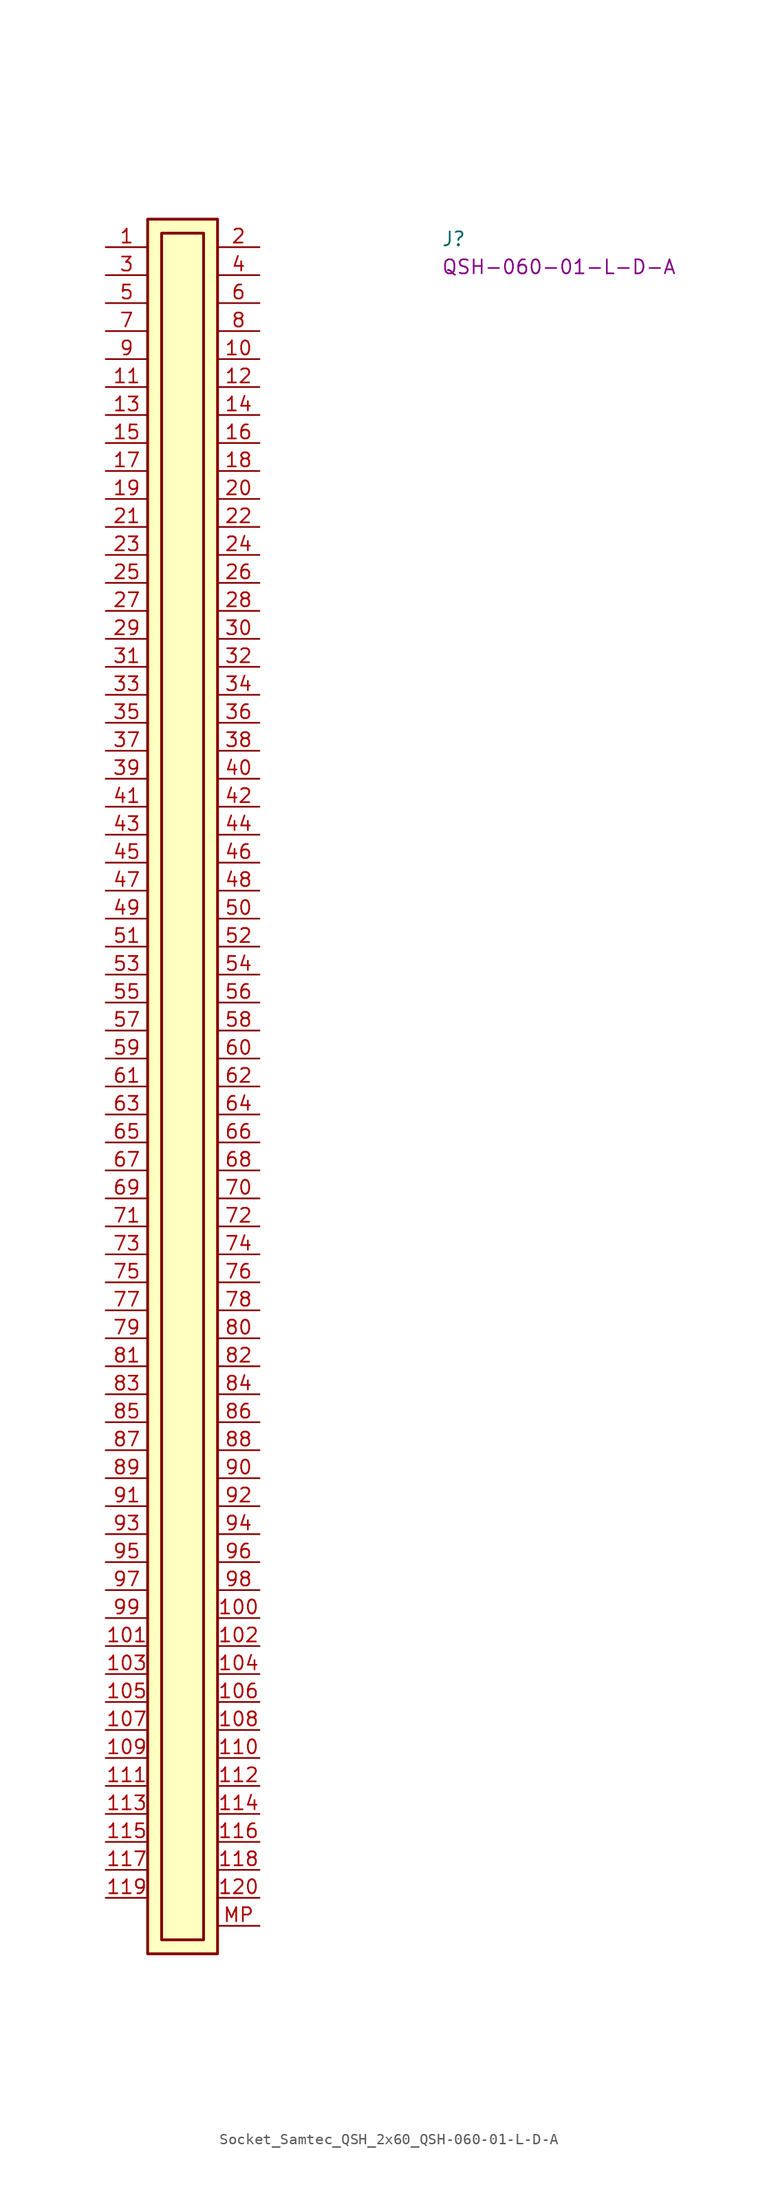
<source format=kicad_sym>
(kicad_symbol_lib
  (version 20220914)
  (generator kicad_symbol_editor)
  (symbol "Socket_Samtec_QSH_2x60_QSH-060-01-L-D-A"
    (pin_names hide)
    (property "Reference" "J"
      (at 30.48 0 0)
      (effects (font (size 1.27 1.27) (thickness 0.15)) (justify left bottom)))
    (property "MPN" "QSH-060-01-L-D-A"
      (at 30.48 -2.54 0)
      (effects (font (size 1.27 1.27) (thickness 0.15)) (justify left bottom)))
    (symbol "Socket_Samtec_QSH_2x60_QSH-060-01-L-D-A_1_1"
      (rectangle (start 3.81 2.54) (end 10.16 -154.94) (stroke (width 0.254) (type default)) (fill (type background)))
      (rectangle (start 5.08 1.27) (end 8.89 -153.67) (stroke (width 0.254) (type default)) (fill (type background)))
      (pin passive line (at 0 0 0) (length 3.81) (name "~" (effects (font (size 1.27 1.27)))) (number "1" (effects (font (size 1.27 1.27)))))
      (pin passive line (at 13.97 -10.16 180) (length 3.81) (name "~" (effects (font (size 1.27 1.27)))) (number "10" (effects (font (size 1.27 1.27)))))
      (pin passive line (at 13.97 -124.46 180) (length 3.81) (name "~" (effects (font (size 1.27 1.27)))) (number "100" (effects (font (size 1.27 1.27)))))
      (pin passive line (at 0 -127 0) (length 3.81) (name "~" (effects (font (size 1.27 1.27)))) (number "101" (effects (font (size 1.27 1.27)))))
      (pin passive line (at 13.97 -127 180) (length 3.81) (name "~" (effects (font (size 1.27 1.27)))) (number "102" (effects (font (size 1.27 1.27)))))
      (pin passive line (at 0 -129.54 0) (length 3.81) (name "~" (effects (font (size 1.27 1.27)))) (number "103" (effects (font (size 1.27 1.27)))))
      (pin passive line (at 13.97 -129.54 180) (length 3.81) (name "~" (effects (font (size 1.27 1.27)))) (number "104" (effects (font (size 1.27 1.27)))))
      (pin passive line (at 0 -132.08 0) (length 3.81) (name "~" (effects (font (size 1.27 1.27)))) (number "105" (effects (font (size 1.27 1.27)))))
      (pin passive line (at 13.97 -132.08 180) (length 3.81) (name "~" (effects (font (size 1.27 1.27)))) (number "106" (effects (font (size 1.27 1.27)))))
      (pin passive line (at 0 -134.62 0) (length 3.81) (name "~" (effects (font (size 1.27 1.27)))) (number "107" (effects (font (size 1.27 1.27)))))
      (pin passive line (at 13.97 -134.62 180) (length 3.81) (name "~" (effects (font (size 1.27 1.27)))) (number "108" (effects (font (size 1.27 1.27)))))
      (pin passive line (at 0 -137.16 0) (length 3.81) (name "~" (effects (font (size 1.27 1.27)))) (number "109" (effects (font (size 1.27 1.27)))))
      (pin passive line (at 0 -12.7 0) (length 3.81) (name "~" (effects (font (size 1.27 1.27)))) (number "11" (effects (font (size 1.27 1.27)))))
      (pin passive line (at 13.97 -137.16 180) (length 3.81) (name "~" (effects (font (size 1.27 1.27)))) (number "110" (effects (font (size 1.27 1.27)))))
      (pin passive line (at 0 -139.7 0) (length 3.81) (name "~" (effects (font (size 1.27 1.27)))) (number "111" (effects (font (size 1.27 1.27)))))
      (pin passive line (at 13.97 -139.7 180) (length 3.81) (name "~" (effects (font (size 1.27 1.27)))) (number "112" (effects (font (size 1.27 1.27)))))
      (pin passive line (at 0 -142.24 0) (length 3.81) (name "~" (effects (font (size 1.27 1.27)))) (number "113" (effects (font (size 1.27 1.27)))))
      (pin passive line (at 13.97 -142.24 180) (length 3.81) (name "~" (effects (font (size 1.27 1.27)))) (number "114" (effects (font (size 1.27 1.27)))))
      (pin passive line (at 0 -144.78 0) (length 3.81) (name "~" (effects (font (size 1.27 1.27)))) (number "115" (effects (font (size 1.27 1.27)))))
      (pin passive line (at 13.97 -144.78 180) (length 3.81) (name "~" (effects (font (size 1.27 1.27)))) (number "116" (effects (font (size 1.27 1.27)))))
      (pin passive line (at 0 -147.32 0) (length 3.81) (name "~" (effects (font (size 1.27 1.27)))) (number "117" (effects (font (size 1.27 1.27)))))
      (pin passive line (at 13.97 -147.32 180) (length 3.81) (name "~" (effects (font (size 1.27 1.27)))) (number "118" (effects (font (size 1.27 1.27)))))
      (pin passive line (at 0 -149.86 0) (length 3.81) (name "~" (effects (font (size 1.27 1.27)))) (number "119" (effects (font (size 1.27 1.27)))))
      (pin passive line (at 13.97 -12.7 180) (length 3.81) (name "~" (effects (font (size 1.27 1.27)))) (number "12" (effects (font (size 1.27 1.27)))))
      (pin passive line (at 13.97 -149.86 180) (length 3.81) (name "~" (effects (font (size 1.27 1.27)))) (number "120" (effects (font (size 1.27 1.27)))))
      (pin passive line (at 0 -15.24 0) (length 3.81) (name "~" (effects (font (size 1.27 1.27)))) (number "13" (effects (font (size 1.27 1.27)))))
      (pin passive line (at 13.97 -15.24 180) (length 3.81) (name "~" (effects (font (size 1.27 1.27)))) (number "14" (effects (font (size 1.27 1.27)))))
      (pin passive line (at 0 -17.78 0) (length 3.81) (name "~" (effects (font (size 1.27 1.27)))) (number "15" (effects (font (size 1.27 1.27)))))
      (pin passive line (at 13.97 -17.78 180) (length 3.81) (name "~" (effects (font (size 1.27 1.27)))) (number "16" (effects (font (size 1.27 1.27)))))
      (pin passive line (at 0 -20.32 0) (length 3.81) (name "~" (effects (font (size 1.27 1.27)))) (number "17" (effects (font (size 1.27 1.27)))))
      (pin passive line (at 13.97 -20.32 180) (length 3.81) (name "~" (effects (font (size 1.27 1.27)))) (number "18" (effects (font (size 1.27 1.27)))))
      (pin passive line (at 0 -22.86 0) (length 3.81) (name "~" (effects (font (size 1.27 1.27)))) (number "19" (effects (font (size 1.27 1.27)))))
      (pin passive line (at 13.97 0 180) (length 3.81) (name "~" (effects (font (size 1.27 1.27)))) (number "2" (effects (font (size 1.27 1.27)))))
      (pin passive line (at 13.97 -22.86 180) (length 3.81) (name "~" (effects (font (size 1.27 1.27)))) (number "20" (effects (font (size 1.27 1.27)))))
      (pin passive line (at 0 -25.4 0) (length 3.81) (name "~" (effects (font (size 1.27 1.27)))) (number "21" (effects (font (size 1.27 1.27)))))
      (pin passive line (at 13.97 -25.4 180) (length 3.81) (name "~" (effects (font (size 1.27 1.27)))) (number "22" (effects (font (size 1.27 1.27)))))
      (pin passive line (at 0 -27.94 0) (length 3.81) (name "~" (effects (font (size 1.27 1.27)))) (number "23" (effects (font (size 1.27 1.27)))))
      (pin passive line (at 13.97 -27.94 180) (length 3.81) (name "~" (effects (font (size 1.27 1.27)))) (number "24" (effects (font (size 1.27 1.27)))))
      (pin passive line (at 0 -30.48 0) (length 3.81) (name "~" (effects (font (size 1.27 1.27)))) (number "25" (effects (font (size 1.27 1.27)))))
      (pin passive line (at 13.97 -30.48 180) (length 3.81) (name "~" (effects (font (size 1.27 1.27)))) (number "26" (effects (font (size 1.27 1.27)))))
      (pin passive line (at 0 -33.02 0) (length 3.81) (name "~" (effects (font (size 1.27 1.27)))) (number "27" (effects (font (size 1.27 1.27)))))
      (pin passive line (at 13.97 -33.02 180) (length 3.81) (name "~" (effects (font (size 1.27 1.27)))) (number "28" (effects (font (size 1.27 1.27)))))
      (pin passive line (at 0 -35.56 0) (length 3.81) (name "~" (effects (font (size 1.27 1.27)))) (number "29" (effects (font (size 1.27 1.27)))))
      (pin passive line (at 0 -2.54 0) (length 3.81) (name "~" (effects (font (size 1.27 1.27)))) (number "3" (effects (font (size 1.27 1.27)))))
      (pin passive line (at 13.97 -35.56 180) (length 3.81) (name "~" (effects (font (size 1.27 1.27)))) (number "30" (effects (font (size 1.27 1.27)))))
      (pin passive line (at 0 -38.1 0) (length 3.81) (name "~" (effects (font (size 1.27 1.27)))) (number "31" (effects (font (size 1.27 1.27)))))
      (pin passive line (at 13.97 -38.1 180) (length 3.81) (name "~" (effects (font (size 1.27 1.27)))) (number "32" (effects (font (size 1.27 1.27)))))
      (pin passive line (at 0 -40.64 0) (length 3.81) (name "~" (effects (font (size 1.27 1.27)))) (number "33" (effects (font (size 1.27 1.27)))))
      (pin passive line (at 13.97 -40.64 180) (length 3.81) (name "~" (effects (font (size 1.27 1.27)))) (number "34" (effects (font (size 1.27 1.27)))))
      (pin passive line (at 0 -43.18 0) (length 3.81) (name "~" (effects (font (size 1.27 1.27)))) (number "35" (effects (font (size 1.27 1.27)))))
      (pin passive line (at 13.97 -43.18 180) (length 3.81) (name "~" (effects (font (size 1.27 1.27)))) (number "36" (effects (font (size 1.27 1.27)))))
      (pin passive line (at 0 -45.72 0) (length 3.81) (name "~" (effects (font (size 1.27 1.27)))) (number "37" (effects (font (size 1.27 1.27)))))
      (pin passive line (at 13.97 -45.72 180) (length 3.81) (name "~" (effects (font (size 1.27 1.27)))) (number "38" (effects (font (size 1.27 1.27)))))
      (pin passive line (at 0 -48.26 0) (length 3.81) (name "~" (effects (font (size 1.27 1.27)))) (number "39" (effects (font (size 1.27 1.27)))))
      (pin passive line (at 13.97 -2.54 180) (length 3.81) (name "~" (effects (font (size 1.27 1.27)))) (number "4" (effects (font (size 1.27 1.27)))))
      (pin passive line (at 13.97 -48.26 180) (length 3.81) (name "~" (effects (font (size 1.27 1.27)))) (number "40" (effects (font (size 1.27 1.27)))))
      (pin passive line (at 0 -50.8 0) (length 3.81) (name "~" (effects (font (size 1.27 1.27)))) (number "41" (effects (font (size 1.27 1.27)))))
      (pin passive line (at 13.97 -50.8 180) (length 3.81) (name "~" (effects (font (size 1.27 1.27)))) (number "42" (effects (font (size 1.27 1.27)))))
      (pin passive line (at 0 -53.34 0) (length 3.81) (name "~" (effects (font (size 1.27 1.27)))) (number "43" (effects (font (size 1.27 1.27)))))
      (pin passive line (at 13.97 -53.34 180) (length 3.81) (name "~" (effects (font (size 1.27 1.27)))) (number "44" (effects (font (size 1.27 1.27)))))
      (pin passive line (at 0 -55.88 0) (length 3.81) (name "~" (effects (font (size 1.27 1.27)))) (number "45" (effects (font (size 1.27 1.27)))))
      (pin passive line (at 13.97 -55.88 180) (length 3.81) (name "~" (effects (font (size 1.27 1.27)))) (number "46" (effects (font (size 1.27 1.27)))))
      (pin passive line (at 0 -58.42 0) (length 3.81) (name "~" (effects (font (size 1.27 1.27)))) (number "47" (effects (font (size 1.27 1.27)))))
      (pin passive line (at 13.97 -58.42 180) (length 3.81) (name "~" (effects (font (size 1.27 1.27)))) (number "48" (effects (font (size 1.27 1.27)))))
      (pin passive line (at 0 -60.96 0) (length 3.81) (name "~" (effects (font (size 1.27 1.27)))) (number "49" (effects (font (size 1.27 1.27)))))
      (pin passive line (at 0 -5.08 0) (length 3.81) (name "~" (effects (font (size 1.27 1.27)))) (number "5" (effects (font (size 1.27 1.27)))))
      (pin passive line (at 13.97 -60.96 180) (length 3.81) (name "~" (effects (font (size 1.27 1.27)))) (number "50" (effects (font (size 1.27 1.27)))))
      (pin passive line (at 0 -63.5 0) (length 3.81) (name "~" (effects (font (size 1.27 1.27)))) (number "51" (effects (font (size 1.27 1.27)))))
      (pin passive line (at 13.97 -63.5 180) (length 3.81) (name "~" (effects (font (size 1.27 1.27)))) (number "52" (effects (font (size 1.27 1.27)))))
      (pin passive line (at 0 -66.04 0) (length 3.81) (name "~" (effects (font (size 1.27 1.27)))) (number "53" (effects (font (size 1.27 1.27)))))
      (pin passive line (at 13.97 -66.04 180) (length 3.81) (name "~" (effects (font (size 1.27 1.27)))) (number "54" (effects (font (size 1.27 1.27)))))
      (pin passive line (at 0 -68.58 0) (length 3.81) (name "~" (effects (font (size 1.27 1.27)))) (number "55" (effects (font (size 1.27 1.27)))))
      (pin passive line (at 13.97 -68.58 180) (length 3.81) (name "~" (effects (font (size 1.27 1.27)))) (number "56" (effects (font (size 1.27 1.27)))))
      (pin passive line (at 0 -71.12 0) (length 3.81) (name "~" (effects (font (size 1.27 1.27)))) (number "57" (effects (font (size 1.27 1.27)))))
      (pin passive line (at 13.97 -71.12 180) (length 3.81) (name "~" (effects (font (size 1.27 1.27)))) (number "58" (effects (font (size 1.27 1.27)))))
      (pin passive line (at 0 -73.66 0) (length 3.81) (name "~" (effects (font (size 1.27 1.27)))) (number "59" (effects (font (size 1.27 1.27)))))
      (pin passive line (at 13.97 -5.08 180) (length 3.81) (name "~" (effects (font (size 1.27 1.27)))) (number "6" (effects (font (size 1.27 1.27)))))
      (pin passive line (at 13.97 -73.66 180) (length 3.81) (name "~" (effects (font (size 1.27 1.27)))) (number "60" (effects (font (size 1.27 1.27)))))
      (pin passive line (at 0 -76.2 0) (length 3.81) (name "~" (effects (font (size 1.27 1.27)))) (number "61" (effects (font (size 1.27 1.27)))))
      (pin passive line (at 13.97 -76.2 180) (length 3.81) (name "~" (effects (font (size 1.27 1.27)))) (number "62" (effects (font (size 1.27 1.27)))))
      (pin passive line (at 0 -78.74 0) (length 3.81) (name "~" (effects (font (size 1.27 1.27)))) (number "63" (effects (font (size 1.27 1.27)))))
      (pin passive line (at 13.97 -78.74 180) (length 3.81) (name "~" (effects (font (size 1.27 1.27)))) (number "64" (effects (font (size 1.27 1.27)))))
      (pin passive line (at 0 -81.28 0) (length 3.81) (name "~" (effects (font (size 1.27 1.27)))) (number "65" (effects (font (size 1.27 1.27)))))
      (pin passive line (at 13.97 -81.28 180) (length 3.81) (name "~" (effects (font (size 1.27 1.27)))) (number "66" (effects (font (size 1.27 1.27)))))
      (pin passive line (at 0 -83.82 0) (length 3.81) (name "~" (effects (font (size 1.27 1.27)))) (number "67" (effects (font (size 1.27 1.27)))))
      (pin passive line (at 13.97 -83.82 180) (length 3.81) (name "~" (effects (font (size 1.27 1.27)))) (number "68" (effects (font (size 1.27 1.27)))))
      (pin passive line (at 0 -86.36 0) (length 3.81) (name "~" (effects (font (size 1.27 1.27)))) (number "69" (effects (font (size 1.27 1.27)))))
      (pin passive line (at 0 -7.62 0) (length 3.81) (name "~" (effects (font (size 1.27 1.27)))) (number "7" (effects (font (size 1.27 1.27)))))
      (pin passive line (at 13.97 -86.36 180) (length 3.81) (name "~" (effects (font (size 1.27 1.27)))) (number "70" (effects (font (size 1.27 1.27)))))
      (pin passive line (at 0 -88.9 0) (length 3.81) (name "~" (effects (font (size 1.27 1.27)))) (number "71" (effects (font (size 1.27 1.27)))))
      (pin passive line (at 13.97 -88.9 180) (length 3.81) (name "~" (effects (font (size 1.27 1.27)))) (number "72" (effects (font (size 1.27 1.27)))))
      (pin passive line (at 0 -91.44 0) (length 3.81) (name "~" (effects (font (size 1.27 1.27)))) (number "73" (effects (font (size 1.27 1.27)))))
      (pin passive line (at 13.97 -91.44 180) (length 3.81) (name "~" (effects (font (size 1.27 1.27)))) (number "74" (effects (font (size 1.27 1.27)))))
      (pin passive line (at 0 -93.98 0) (length 3.81) (name "~" (effects (font (size 1.27 1.27)))) (number "75" (effects (font (size 1.27 1.27)))))
      (pin passive line (at 13.97 -93.98 180) (length 3.81) (name "~" (effects (font (size 1.27 1.27)))) (number "76" (effects (font (size 1.27 1.27)))))
      (pin passive line (at 0 -96.52 0) (length 3.81) (name "~" (effects (font (size 1.27 1.27)))) (number "77" (effects (font (size 1.27 1.27)))))
      (pin passive line (at 13.97 -96.52 180) (length 3.81) (name "~" (effects (font (size 1.27 1.27)))) (number "78" (effects (font (size 1.27 1.27)))))
      (pin passive line (at 0 -99.06 0) (length 3.81) (name "~" (effects (font (size 1.27 1.27)))) (number "79" (effects (font (size 1.27 1.27)))))
      (pin passive line (at 13.97 -7.62 180) (length 3.81) (name "~" (effects (font (size 1.27 1.27)))) (number "8" (effects (font (size 1.27 1.27)))))
      (pin passive line (at 13.97 -99.06 180) (length 3.81) (name "~" (effects (font (size 1.27 1.27)))) (number "80" (effects (font (size 1.27 1.27)))))
      (pin passive line (at 0 -101.6 0) (length 3.81) (name "~" (effects (font (size 1.27 1.27)))) (number "81" (effects (font (size 1.27 1.27)))))
      (pin passive line (at 13.97 -101.6 180) (length 3.81) (name "~" (effects (font (size 1.27 1.27)))) (number "82" (effects (font (size 1.27 1.27)))))
      (pin passive line (at 0 -104.14 0) (length 3.81) (name "~" (effects (font (size 1.27 1.27)))) (number "83" (effects (font (size 1.27 1.27)))))
      (pin passive line (at 13.97 -104.14 180) (length 3.81) (name "~" (effects (font (size 1.27 1.27)))) (number "84" (effects (font (size 1.27 1.27)))))
      (pin passive line (at 0 -106.68 0) (length 3.81) (name "~" (effects (font (size 1.27 1.27)))) (number "85" (effects (font (size 1.27 1.27)))))
      (pin passive line (at 13.97 -106.68 180) (length 3.81) (name "~" (effects (font (size 1.27 1.27)))) (number "86" (effects (font (size 1.27 1.27)))))
      (pin passive line (at 0 -109.22 0) (length 3.81) (name "~" (effects (font (size 1.27 1.27)))) (number "87" (effects (font (size 1.27 1.27)))))
      (pin passive line (at 13.97 -109.22 180) (length 3.81) (name "~" (effects (font (size 1.27 1.27)))) (number "88" (effects (font (size 1.27 1.27)))))
      (pin passive line (at 0 -111.76 0) (length 3.81) (name "~" (effects (font (size 1.27 1.27)))) (number "89" (effects (font (size 1.27 1.27)))))
      (pin passive line (at 0 -10.16 0) (length 3.81) (name "~" (effects (font (size 1.27 1.27)))) (number "9" (effects (font (size 1.27 1.27)))))
      (pin passive line (at 13.97 -111.76 180) (length 3.81) (name "~" (effects (font (size 1.27 1.27)))) (number "90" (effects (font (size 1.27 1.27)))))
      (pin passive line (at 0 -114.3 0) (length 3.81) (name "~" (effects (font (size 1.27 1.27)))) (number "91" (effects (font (size 1.27 1.27)))))
      (pin passive line (at 13.97 -114.3 180) (length 3.81) (name "~" (effects (font (size 1.27 1.27)))) (number "92" (effects (font (size 1.27 1.27)))))
      (pin passive line (at 0 -116.84 0) (length 3.81) (name "~" (effects (font (size 1.27 1.27)))) (number "93" (effects (font (size 1.27 1.27)))))
      (pin passive line (at 13.97 -116.84 180) (length 3.81) (name "~" (effects (font (size 1.27 1.27)))) (number "94" (effects (font (size 1.27 1.27)))))
      (pin passive line (at 0 -119.38 0) (length 3.81) (name "~" (effects (font (size 1.27 1.27)))) (number "95" (effects (font (size 1.27 1.27)))))
      (pin passive line (at 13.97 -119.38 180) (length 3.81) (name "~" (effects (font (size 1.27 1.27)))) (number "96" (effects (font (size 1.27 1.27)))))
      (pin passive line (at 0 -121.92 0) (length 3.81) (name "~" (effects (font (size 1.27 1.27)))) (number "97" (effects (font (size 1.27 1.27)))))
      (pin passive line (at 13.97 -121.92 180) (length 3.81) (name "~" (effects (font (size 1.27 1.27)))) (number "98" (effects (font (size 1.27 1.27)))))
      (pin passive line (at 0 -124.46 0) (length 3.81) (name "~" (effects (font (size 1.27 1.27)))) (number "99" (effects (font (size 1.27 1.27)))))
      (pin passive line (at 13.97 -152.4 180) (length 3.81) (name "MP" (effects (font (size 1.27 1.27)))) (number "MP" (effects (font (size 1.27 1.27))))))))
</source>
